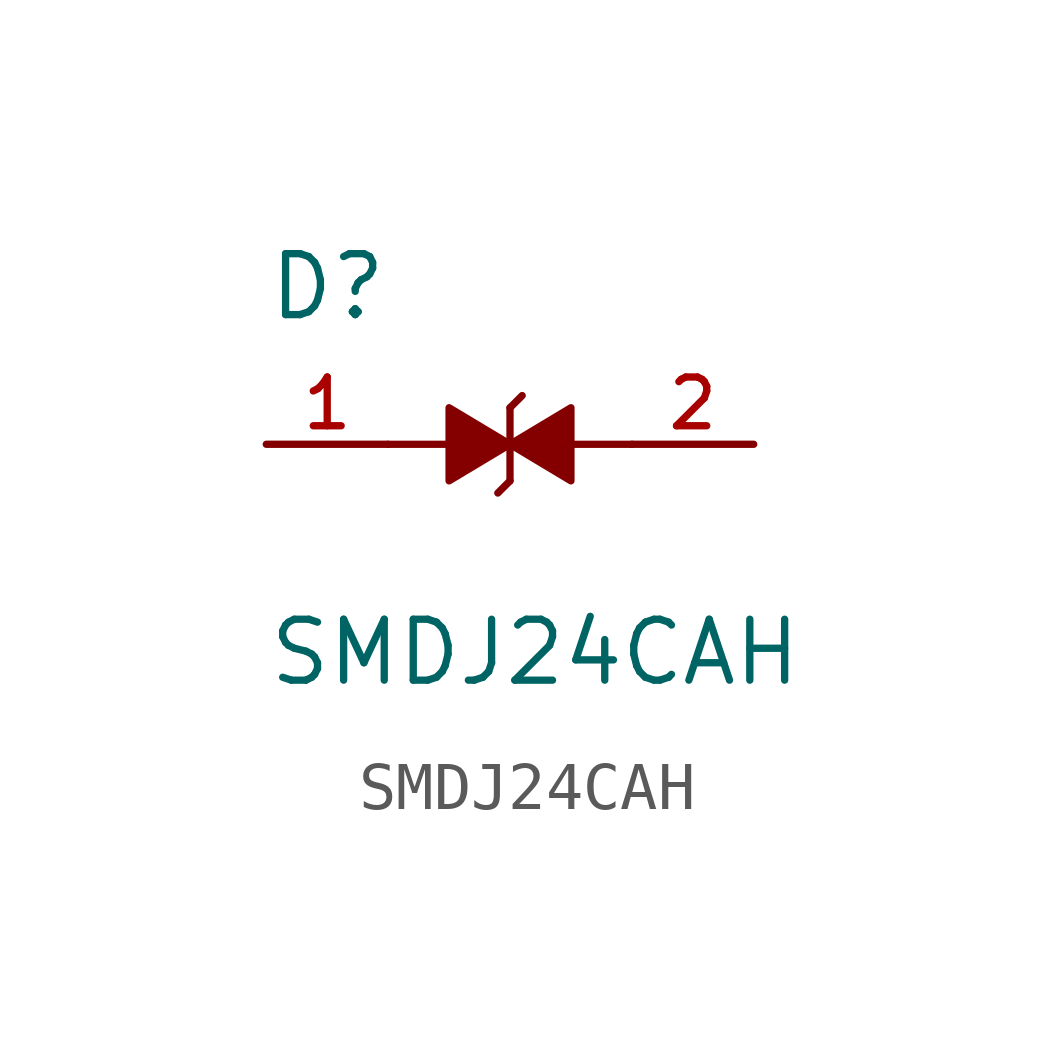
<source format=kicad_sym>
(kicad_symbol_lib
  (version 20211014)
  (generator kicad_symbol_editor)
  (symbol "SMDJ24CAH"
    (pin_names
      (offset 1.016))
    (property "Reference" "D"
      (at -5.08 2.54 0)
      (effects (font (size 1.27 1.27)) (justify bottom left)))
    (property "Value" "SMDJ24CAH"
      (at -5.08 -5.08 0)
      (effects (font (size 1.27 1.27)) (justify bottom left)))
    (symbol "SMDJ24CAH_0_0"
      (polyline (pts (xy 0.0 0.0) (xy -1.27 -0.762) (xy -1.27 0.762) (xy 0.0 0.0)) (stroke (width 0.152)) (fill (type outline)))
      (polyline (pts (xy 0.0 -0.762) (xy 0.0 0.762)) (stroke (width 0.152)))
      (polyline (pts (xy 0.0 0.0) (xy 1.27 0.762) (xy 1.27 -0.762) (xy 0.0 0.0)) (stroke (width 0.152)) (fill (type outline)))
      (polyline (pts (xy 0.0 -0.762) (xy -0.254 -1.016)) (stroke (width 0.152)))
      (polyline (pts (xy 0.0 0.762) (xy 0.254 1.016)) (stroke (width 0.152)))
      (polyline (pts (xy 1.27 0.0) (xy 2.54 0.0)) (stroke (width 0.152)))
      (polyline (pts (xy -1.27 0.0) (xy -2.54 0.0)) (stroke (width 0.152)))
      (pin passive line (at -5.08 0.0 0) (length 2.54) (name "~" (effects (font (size 1.016 1.016)))) (number "1" (effects (font (size 1.016 1.016)))))
      (pin passive line (at 5.08 0.0 180.0) (length 2.54) (name "~" (effects (font (size 1.016 1.016)))) (number "2" (effects (font (size 1.016 1.016))))))))
</source>
